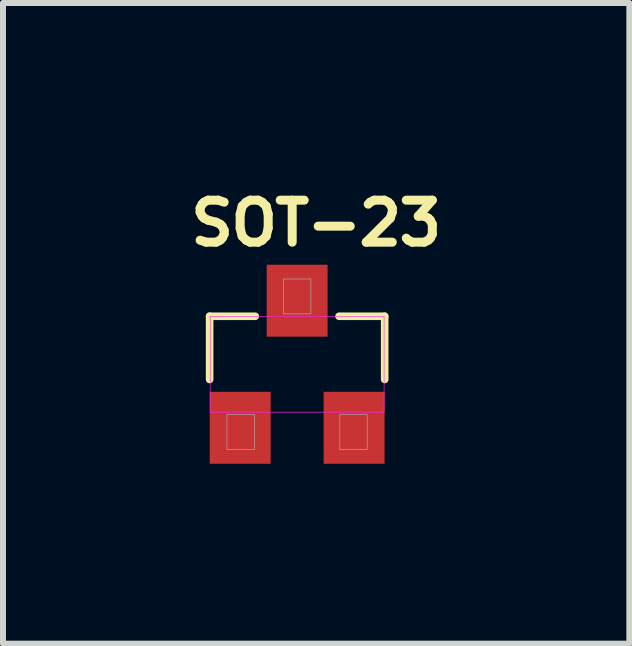
<source format=kicad_pcb>
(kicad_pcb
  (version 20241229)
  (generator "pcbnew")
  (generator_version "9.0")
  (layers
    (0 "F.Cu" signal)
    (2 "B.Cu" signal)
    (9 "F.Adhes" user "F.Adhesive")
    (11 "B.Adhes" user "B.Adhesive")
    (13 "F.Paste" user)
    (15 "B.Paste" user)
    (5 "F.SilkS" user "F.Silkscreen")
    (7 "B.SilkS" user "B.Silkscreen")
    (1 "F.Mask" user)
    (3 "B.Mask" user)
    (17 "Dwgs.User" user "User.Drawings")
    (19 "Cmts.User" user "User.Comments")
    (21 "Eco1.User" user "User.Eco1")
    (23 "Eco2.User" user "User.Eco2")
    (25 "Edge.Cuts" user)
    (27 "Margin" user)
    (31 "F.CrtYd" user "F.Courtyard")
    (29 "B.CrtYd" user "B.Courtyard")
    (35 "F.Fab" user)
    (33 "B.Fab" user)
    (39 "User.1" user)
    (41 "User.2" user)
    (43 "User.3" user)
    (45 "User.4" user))
  (footprint "SOT-23"
    (layer "F.Cu")
    (at 1.906 3.025)
    (property "Reference" "SOT-23" (at 0.318 -2.352 0) (layer "F.SilkS") (effects (font (size 0.701 0.701) (thickness 0.15))))
    (attr smd)
    (fp_line (start -1.46 -0.8) (end -1.46 0.254) (stroke (width 0.127) (type solid)) (layer "F.SilkS"))
    (fp_line (start -0.699 -0.8) (end -1.46 -0.8) (stroke (width 0.127) (type solid)) (layer "F.SilkS"))
    (fp_line (start 1.46 -0.8) (end 0.699 -0.8) (stroke (width 0.127) (type solid)) (layer "F.SilkS"))
    (fp_line (start 1.46 0.254) (end 1.46 -0.8) (stroke (width 0.127) (type solid)) (layer "F.SilkS"))
    (fp_poly (pts (xy -1.45 -0.8) (xy 1.45 -0.8) (xy 1.45 0.8) (xy -1.45 0.8)) (stroke (width 0.01) (type solid)) (fill no) (layer "F.CrtYd"))
    (fp_poly (pts (xy -1.17 0.838) (xy -0.711 0.838) (xy -0.711 1.424) (xy -1.17 1.424)) (stroke (width 0.01) (type solid)) (fill no) (layer "F.Fab"))
    (fp_poly (pts (xy -0.229 -1.422) (xy 0.229 -1.422) (xy 0.229 -0.839) (xy -0.229 -0.839)) (stroke (width 0.01) (type solid)) (fill no) (layer "F.Fab"))
    (fp_poly (pts (xy 0.712 0.838) (xy 1.168 0.838) (xy 1.168 1.424) (xy 0.712 1.424)) (stroke (width 0.01) (type solid)) (fill no) (layer "F.Fab"))
    (pad "1" smd rect (at -0.95 1.06) (size 1.016 1.2) (layers "F.Cu" "F.Mask" "F.Paste"))
    (pad "2" smd rect (at 0.95 1.06) (size 1.016 1.2) (layers "F.Cu" "F.Mask" "F.Paste"))
    (pad "3" smd rect (at 0 -1.06) (size 1.016 1.2) (layers "F.Cu" "F.Mask" "F.Paste")))
  (gr_rect
    (start -3 -3)
    (end 7.447 7.685)
    (stroke (width 0.1) (type default))
    (fill no)
    (layer "Edge.Cuts")))
</source>
